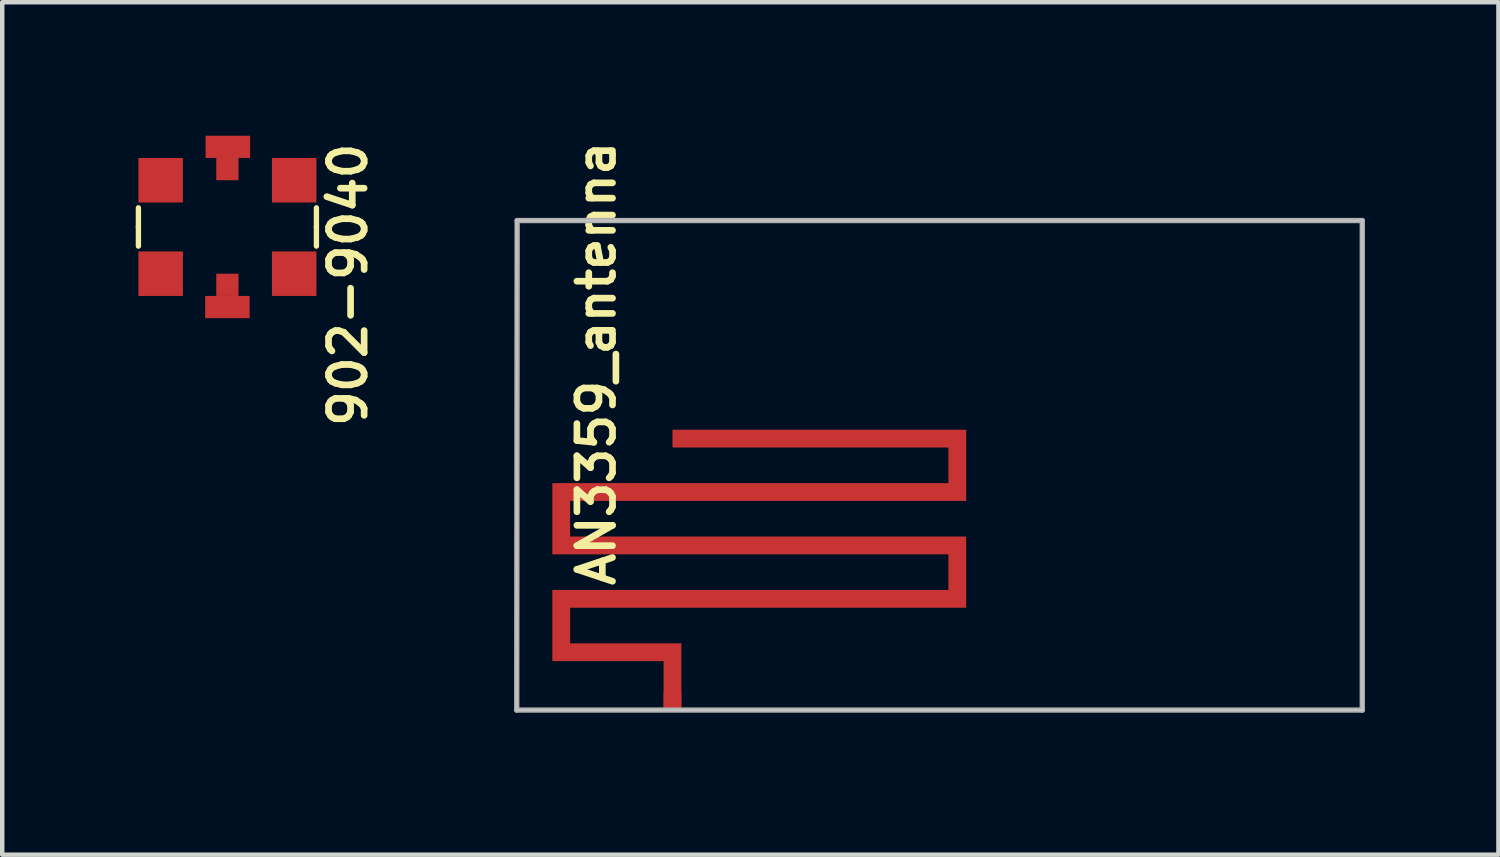
<source format=kicad_pcb>
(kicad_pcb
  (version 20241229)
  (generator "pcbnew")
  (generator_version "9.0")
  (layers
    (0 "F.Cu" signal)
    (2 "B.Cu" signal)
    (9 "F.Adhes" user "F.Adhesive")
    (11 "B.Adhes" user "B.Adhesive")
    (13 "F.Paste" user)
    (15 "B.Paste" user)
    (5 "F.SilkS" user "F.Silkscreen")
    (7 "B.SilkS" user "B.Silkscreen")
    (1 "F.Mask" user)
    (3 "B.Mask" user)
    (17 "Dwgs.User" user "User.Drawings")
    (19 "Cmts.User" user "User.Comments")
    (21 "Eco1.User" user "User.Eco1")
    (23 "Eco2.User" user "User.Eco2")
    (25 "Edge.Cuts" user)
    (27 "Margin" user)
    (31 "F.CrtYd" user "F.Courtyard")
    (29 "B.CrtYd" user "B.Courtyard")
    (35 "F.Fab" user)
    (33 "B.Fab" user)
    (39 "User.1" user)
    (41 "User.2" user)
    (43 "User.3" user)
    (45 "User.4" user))
  (footprint "AN3359_antenna"
    (layer "F.Cu")
    (at 12.061 12.906)
    (property "Reference" "AN3359_antenna" (at -1.71 -7.79 90) (layer "F.SilkS") (effects (font (size 0.8 0.8) (thickness 0.15))))
    (attr through_hole)
    (fp_poly (pts (xy 6.6 -4.7) (xy -2.3 -4.7) (xy -2.3 -3.9) (xy 6.6 -3.9) (xy 6.6 -2.3) (xy -2.3 -2.3) (xy -2.3 -1.5) (xy 0.2 -1.5) (xy 0.2 0) (xy -0.2 0) (xy -0.2 -1.1) (xy -2.7 -1.1) (xy -2.7 -2.7) (xy 6.2 -2.7) (xy 6.2 -3.5) (xy -2.7 -3.5) (xy -2.7 -5.1) (xy 6.2 -5.1) (xy 6.2 -5.9) (xy 0 -5.9) (xy 0 -6.3) (xy 6.6 -6.3)) (stroke (width 0) (type solid)) (fill yes) (layer "F.Cu"))
    (fp_line (start -3.5 -11) (end 15.5 -11) (stroke (width 0.05) (type solid)) (layer "Dwgs.User"))
    (fp_line (start -3.5 0) (end -3.5 -11) (stroke (width 0.05) (type solid)) (layer "Dwgs.User"))
    (fp_line (start 0 0) (end -3.5 0) (stroke (width 0.05) (type solid)) (layer "Dwgs.User"))
    (fp_line (start 15.5 -11) (end 15.5 0) (stroke (width 0.05) (type solid)) (layer "Dwgs.User"))
    (fp_line (start 15.5 0) (end 0 0) (stroke (width 0.05) (type solid)) (layer "Dwgs.User"))
    (fp_line (start -3.5 0) (end -3.49 -11) (stroke (width 0.12) (type solid)) (layer "F.Fab"))
    (fp_line (start -3.49 -11) (end 15.5 -11) (stroke (width 0.12) (type solid)) (layer "F.Fab"))
    (fp_line (start 15.5 -11) (end 15.5 0) (stroke (width 0.12) (type solid)) (layer "F.Fab"))
    (fp_line (start 15.5 0) (end -3.5 0) (stroke (width 0.12) (type solid)) (layer "F.Fab"))
    (pad "1" smd rect (at 0 -0.2) (size 0.4 0.4) (layers "F.Cu" "F.Mask" "F.Paste")))
  (footprint "902-9040"
    (layer "F.Cu")
    (at 2.06 2.05)
    (property "Reference" "902-9040" (at 2.71 1.3 90) (layer "F.SilkS") (effects (font (size 0.8 0.8) (thickness 0.15))))
    (attr through_hole)
    (fp_poly (pts (xy 0.25 -1.05) (xy -0.25 -1.05) (xy -0.25 -1.55) (xy 0.25 -1.55)) (stroke (width 0.001) (type solid)) (fill yes) (layer "F.Cu"))
    (fp_poly (pts (xy 0.25 1.55) (xy -0.25 1.55) (xy -0.25 1.05) (xy 0.25 1.05)) (stroke (width 0.001) (type solid)) (fill yes) (layer "F.Cu"))
    (fp_line (start -2 0) (end -2 -0.43) (stroke (width 0.12) (type solid)) (layer "F.SilkS"))
    (fp_line (start -2 0) (end -2 0.43) (stroke (width 0.12) (type solid)) (layer "F.SilkS"))
    (fp_line (start 2 0) (end 2 -0.43) (stroke (width 0.12) (type solid)) (layer "F.SilkS"))
    (fp_line (start 2 0) (end 2 0.43) (stroke (width 0.12) (type solid)) (layer "F.SilkS"))
    (pad "1" smd rect (at 0.01 -1.8) (size 1 0.5) (layers "F.Cu" "F.Mask" "F.Paste"))
    (pad "2" smd rect (at 0 1.8) (size 1 0.5) (layers "F.Cu" "F.Mask" "F.Paste"))
    (pad "3" smd rect (at -1.5 -1.05) (size 1 1) (layers "F.Cu" "F.Mask" "F.Paste"))
    (pad "4" smd rect (at 1.5 -1.05) (size 1 1) (layers "F.Cu" "F.Mask" "F.Paste"))
    (pad "5" smd rect (at -1.5 1.05) (size 1 1) (layers "F.Cu" "F.Mask" "F.Paste"))
    (pad "6" smd rect (at 1.5 1.05) (size 1 1) (layers "F.Cu" "F.Mask" "F.Paste")))
  (gr_rect
    (start -3 -3)
    (end 30.621 16.156)
    (stroke (width 0.1) (type default))
    (fill no)
    (layer "Edge.Cuts")))
</source>
